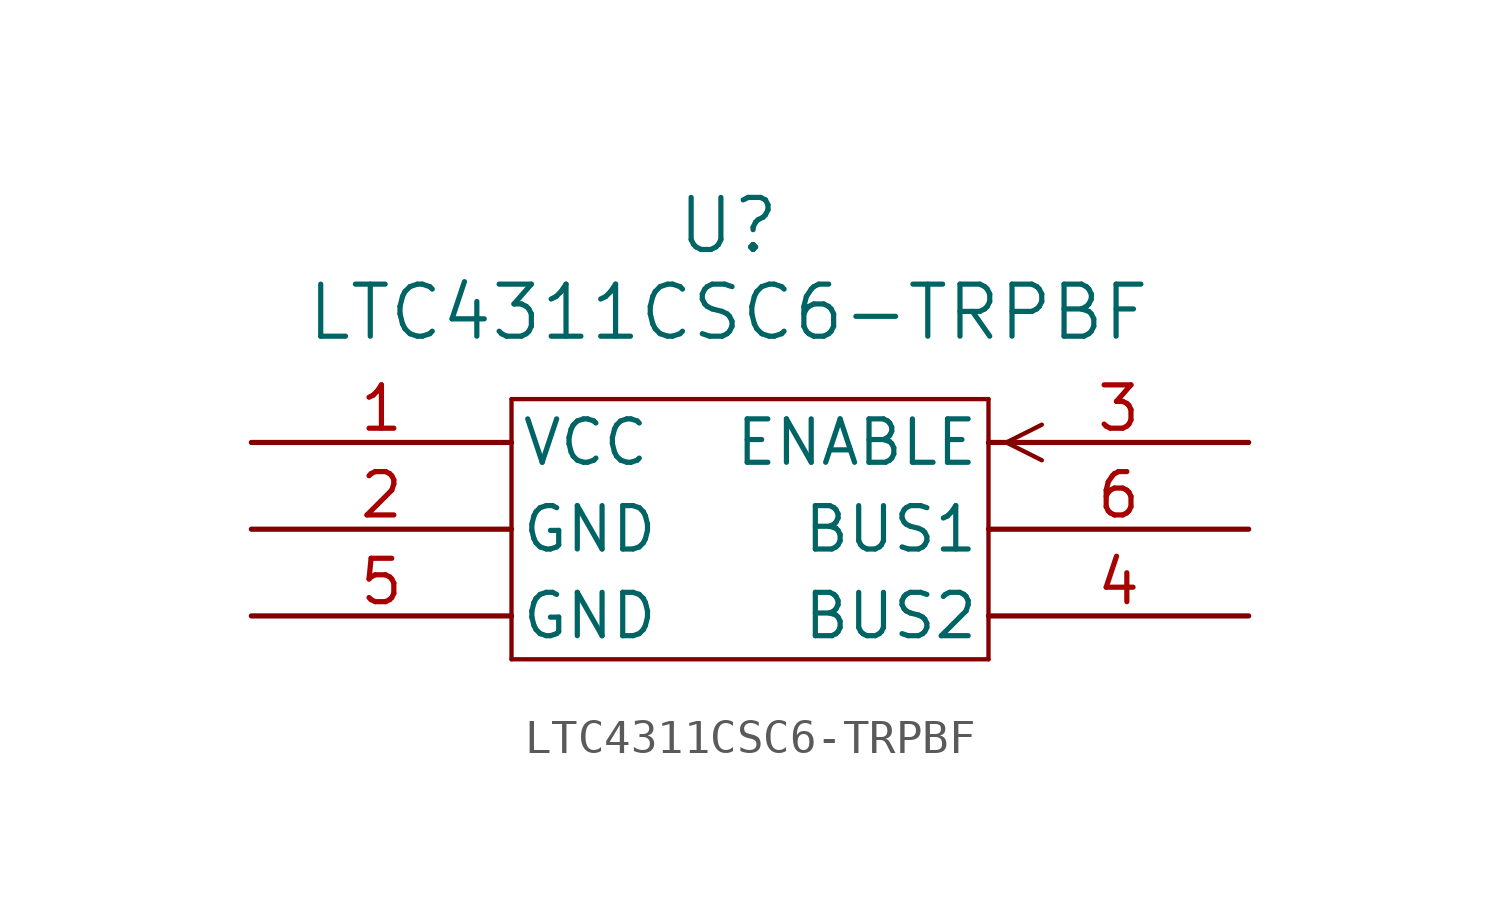
<source format=kicad_sym>
(kicad_symbol_lib
  (version 20220914)
  (generator kicad_symbol_editor)
  (symbol "LTC4311CSC6-TRPBF"
    (pin_names
      (offset 0.254))
    (property "Reference" "U"
      (at 0 8.89 0)
      (effects (font (size 1.524 1.524))))
    (property "Value" "LTC4311CSC6-TRPBF"
      (at 0 6.35 0)
      (effects (font (size 1.524 1.524))))
    (property "ki_locked" ""
      (at 0 0 0)
      (effects (font (size 1.27 1.27))))
    (symbol "LTC4311CSC6-TRPBF_0_1"
      (polyline (pts (xy -6.35 -3.81) (xy 7.62 -3.81)) (stroke (width 0.127) (type default)) (fill (type none)))
      (polyline (pts (xy -6.35 3.81) (xy -6.35 -3.81)) (stroke (width 0.127) (type default)) (fill (type none)))
      (polyline (pts (xy 7.62 -3.81) (xy 7.62 3.81)) (stroke (width 0.127) (type default)) (fill (type none)))
      (polyline (pts (xy 7.62 3.81) (xy -6.35 3.81)) (stroke (width 0.127) (type default)) (fill (type none)))
      (polyline (pts (xy 8.141 2.54) (xy 9.182 2.019)) (stroke (width 0.127) (type default)) (fill (type none)))
      (polyline (pts (xy 8.141 2.54) (xy 9.182 3.061)) (stroke (width 0.127) (type default)) (fill (type none)))
      (pin power_in line (at -13.97 2.54 0) (length 7.62) (name "VCC" (effects (font (size 1.27 1.27)))) (number "1" (effects (font (size 1.27 1.27)))))
      (pin power_in line (at -13.97 0 0) (length 7.62) (name "GND" (effects (font (size 1.27 1.27)))) (number "2" (effects (font (size 1.27 1.27)))))
      (pin input line (at 15.24 2.54 180) (length 7.62) (name "ENABLE" (effects (font (size 1.27 1.27)))) (number "3" (effects (font (size 1.27 1.27)))))
      (pin power_in line (at -13.97 -2.54 0) (length 7.62) (name "GND" (effects (font (size 1.27 1.27)))) (number "5" (effects (font (size 1.27 1.27))))))
    (symbol "LTC4311CSC6-TRPBF_1_1"
      (pin bidirectional line (at 15.24 -2.54 180) (length 7.62) (name "BUS2" (effects (font (size 1.27 1.27)))) (number "4" (effects (font (size 1.27 1.27)))))
      (pin bidirectional line (at 15.24 0 180) (length 7.62) (name "BUS1" (effects (font (size 1.27 1.27)))) (number "6" (effects (font (size 1.27 1.27))))))))
</source>
